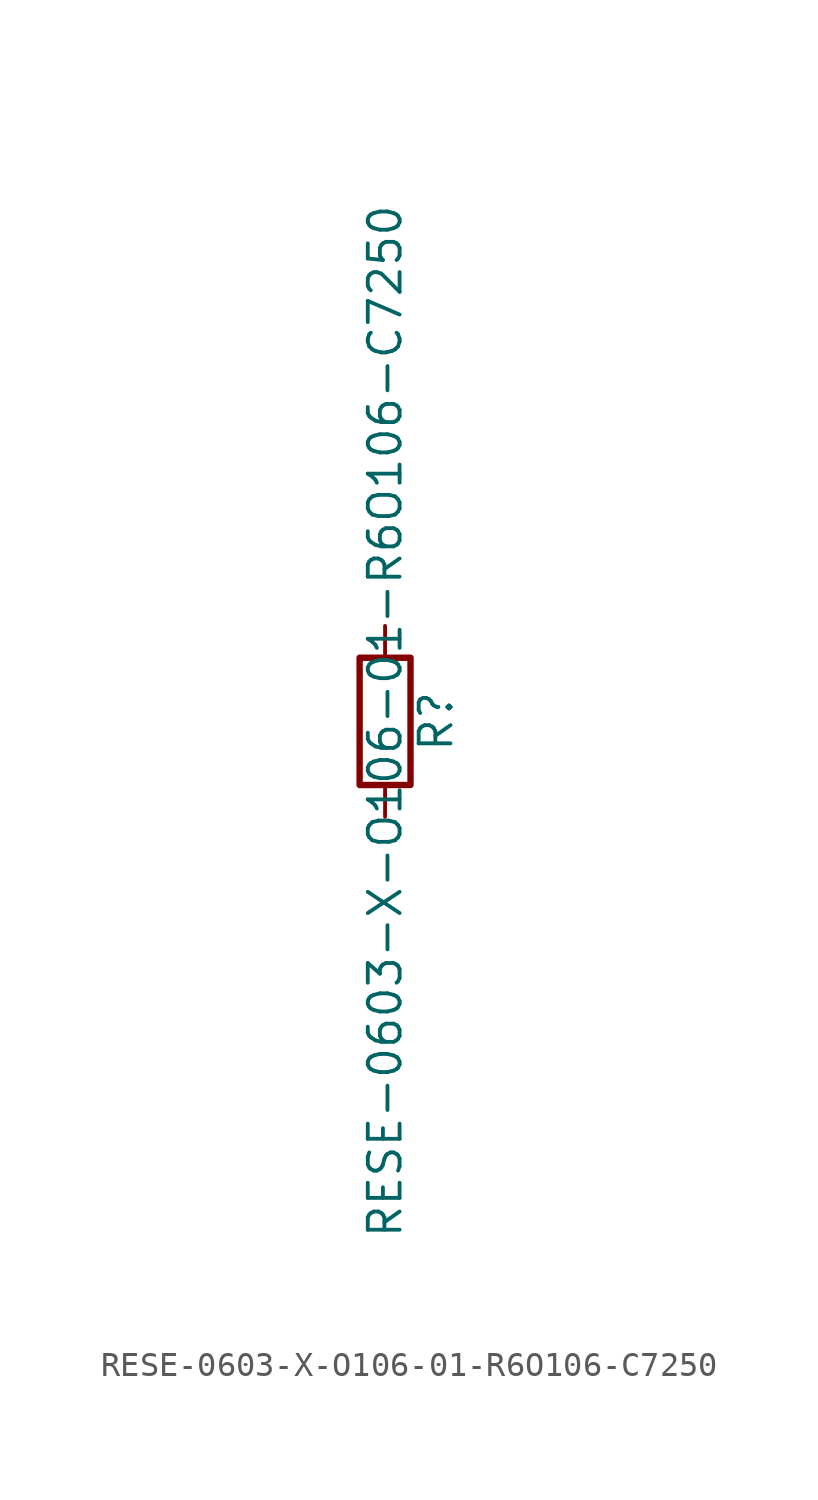
<source format=kicad_sym>
(kicad_symbol_lib
  (version 20211014)
  (generator kicad_symbol_editor)
  (symbol "RESE-0603-X-O106-01-R6O106-C7250"
    (pin_numbers hide)
    (pin_names
      (offset 0))
    (property "Reference" "R"
      (at 2.032 0 90)
      (effects (font (size 1.27 1.27))))
    (property "Value" "RESE-0603-X-O106-01-R6O106-C7250"
      (at 0 0 90)
      (effects (font (size 1.27 1.27))))
    (symbol "RESE-0603-X-O106-01-R6O106-C7250_0_1"
      (rectangle (start -1.016 -2.54) (end 1.016 2.54) (stroke (width 0.254) (type default) (color 0 0 0 0)) (fill (type none))))
    (symbol "RESE-0603-X-O106-01-R6O106-C7250_1_1"
      (pin passive line (at 0 3.81 270) (length 1.27) (name "~" (effects (font (size 1.27 1.27)))) (number "1" (effects (font (size 1.27 1.27)))))
      (pin passive line (at 0 -3.81 90) (length 1.27) (name "~" (effects (font (size 1.27 1.27)))) (number "2" (effects (font (size 1.27 1.27))))))))
</source>
